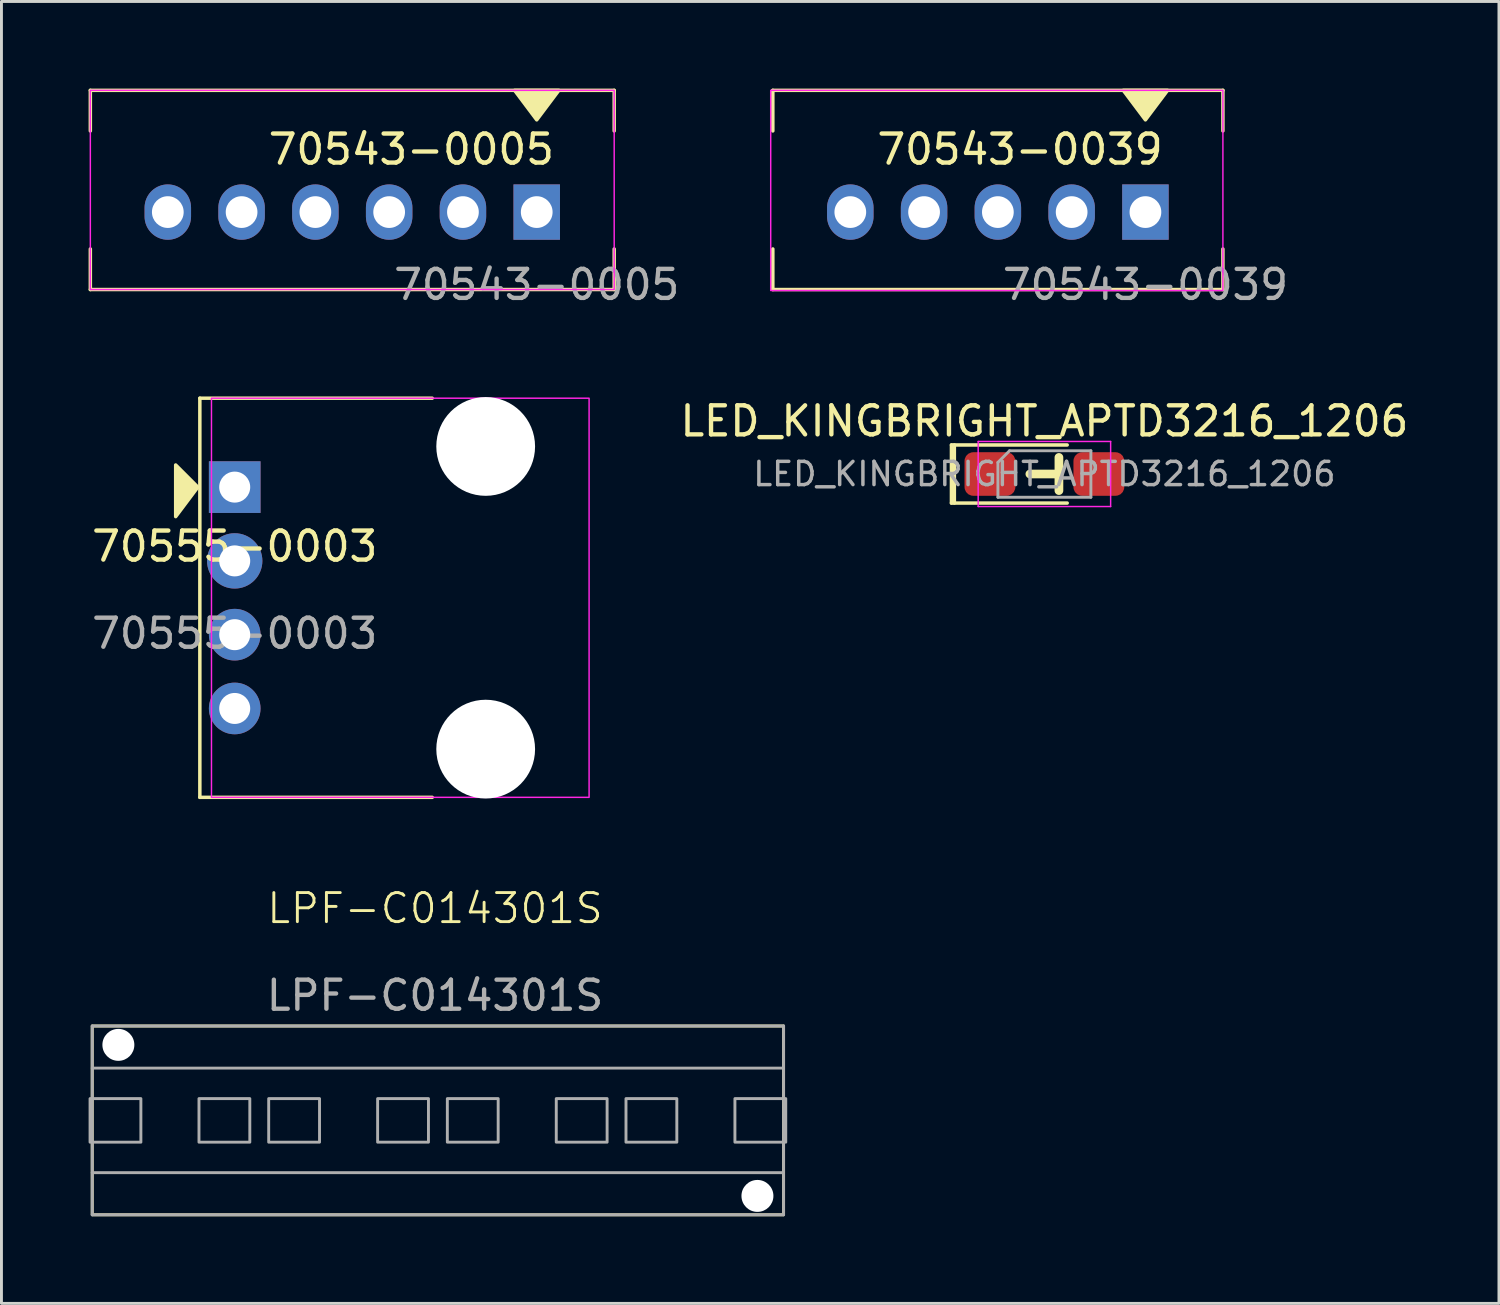
<source format=kicad_pcb>
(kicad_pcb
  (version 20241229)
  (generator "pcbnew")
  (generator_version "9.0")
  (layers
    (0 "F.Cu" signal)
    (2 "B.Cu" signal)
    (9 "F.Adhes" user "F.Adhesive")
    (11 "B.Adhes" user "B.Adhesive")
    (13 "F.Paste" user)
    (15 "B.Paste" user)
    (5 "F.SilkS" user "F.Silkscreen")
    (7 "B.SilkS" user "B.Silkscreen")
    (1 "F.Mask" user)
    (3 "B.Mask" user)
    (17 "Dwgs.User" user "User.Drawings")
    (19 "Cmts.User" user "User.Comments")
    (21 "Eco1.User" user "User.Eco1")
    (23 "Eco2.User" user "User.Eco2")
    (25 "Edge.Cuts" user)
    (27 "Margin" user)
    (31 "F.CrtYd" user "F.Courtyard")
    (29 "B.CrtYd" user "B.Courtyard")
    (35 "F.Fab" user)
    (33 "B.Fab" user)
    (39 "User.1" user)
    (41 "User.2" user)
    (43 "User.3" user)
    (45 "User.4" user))
  (footprint "LPF-C014301S"
    (layer "F.Cu")
    (at 12.025 35.52)
    (property "Reference" "LPF-C014301S" (at -0.1 -7.3 0) (unlocked yes) (layer "F.SilkS") (effects (font (size 1 1) (thickness 0.1))))
    (attr through_hole)
    (fp_rect (start -11.9 -3.25) (end 11.9 3.25) (stroke (width 0.1) (type default)) (fill no) (layer "F.SilkS"))
    (fp_line (start -11.9 -3.25) (end -11.9 3.25) (stroke (width 0.1) (type default)) (layer "F.Fab"))
    (fp_line (start -11.9 -3.25) (end 11.9 -3.25) (stroke (width 0.1) (type default)) (layer "F.Fab"))
    (fp_line (start -11.9 -1.8) (end 11.9 -1.8) (stroke (width 0.1) (type default)) (layer "F.Fab"))
    (fp_line (start -11.9 1.8) (end 11.9 1.8) (stroke (width 0.1) (type default)) (layer "F.Fab"))
    (fp_line (start -11.9 3.25) (end 11.9 3.25) (stroke (width 0.1) (type default)) (layer "F.Fab"))
    (fp_line (start 11.9 -3.25) (end 11.9 3.25) (stroke (width 0.1) (type default)) (layer "F.Fab"))
    (fp_rect (start -11.975 -0.75) (end -10.225 0.75) (stroke (width 0.1) (type default)) (fill no) (layer "F.Fab"))
    (fp_rect (start -8.225 -0.75) (end -6.475 0.75) (stroke (width 0.1) (type default)) (fill no) (layer "F.Fab"))
    (fp_rect (start -5.825 -0.75) (end -4.075 0.75) (stroke (width 0.1) (type default)) (fill no) (layer "F.Fab"))
    (fp_rect (start -2.075 -0.75) (end -0.325 0.75) (stroke (width 0.1) (type default)) (fill no) (layer "F.Fab"))
    (fp_rect (start 0.325 -0.75) (end 2.075 0.75) (stroke (width 0.1) (type default)) (fill no) (layer "F.Fab"))
    (fp_rect (start 4.075 -0.75) (end 5.825 0.75) (stroke (width 0.1) (type default)) (fill no) (layer "F.Fab"))
    (fp_rect (start 6.475 -0.75) (end 8.225 0.75) (stroke (width 0.1) (type default)) (fill no) (layer "F.Fab"))
    (fp_rect (start 10.225 -0.75) (end 11.975 0.75) (stroke (width 0.1) (type default)) (fill no) (layer "F.Fab"))
    (fp_text user "${REFERENCE}" (at -0.1 -4.3 0) (unlocked yes) (layer "F.Fab") (effects (font (size 1 1) (thickness 0.15))))
    (pad "" np_thru_hole circle (at -11 -2.6) (size 1.1 1.1) (drill 1.1) (layers "*.Cu" "*.Mask"))
    (pad "" np_thru_hole circle (at 11 2.6) (size 1.1 1.1) (drill 1.1) (layers "*.Cu" "*.Mask")))
  (footprint "LED_KINGBRIGHT_APTD3216_1206"
    (layer "F.Cu")
    (at 32.904 13.268)
    (property "Reference" "LED_KINGBRIGHT_APTD3216_1206" (at 0 -1.82 0) (layer "F.SilkS") (effects (font (size 1 1) (thickness 0.15))))
    (attr smd)
    (fp_line (start -3.2 -1) (end -3.2 1) (stroke (width 0.12) (type solid)) (layer "F.SilkS"))
    (fp_line (start -3.2 1) (end 0.785 1) (stroke (width 0.12) (type solid)) (layer "F.SilkS"))
    (fp_line (start -3.1 -1) (end -3.1 1) (stroke (width 0.12) (type solid)) (layer "F.SilkS"))
    (fp_line (start -0.5 0) (end 0.5 0) (stroke (width 0.3) (type solid)) (layer "F.SilkS"))
    (fp_line (start 0.5 0.571) (end 0.5 -0.571) (stroke (width 0.3) (type solid)) (layer "F.SilkS"))
    (fp_line (start 0.785 -1) (end -3.2 -1) (stroke (width 0.12) (type solid)) (layer "F.SilkS"))
    (fp_line (start -2.28 -1.12) (end 2.28 -1.12) (stroke (width 0.05) (type solid)) (layer "F.CrtYd"))
    (fp_line (start -2.28 1.12) (end -2.28 -1.12) (stroke (width 0.05) (type solid)) (layer "F.CrtYd"))
    (fp_line (start 2.28 -1.12) (end 2.28 1.12) (stroke (width 0.05) (type solid)) (layer "F.CrtYd"))
    (fp_line (start 2.28 1.12) (end -2.28 1.12) (stroke (width 0.05) (type solid)) (layer "F.CrtYd"))
    (fp_line (start -1.6 -0.4) (end -1.6 0.8) (stroke (width 0.1) (type solid)) (layer "F.Fab"))
    (fp_line (start -1.6 0.8) (end 1.6 0.8) (stroke (width 0.1) (type solid)) (layer "F.Fab"))
    (fp_line (start -1.2 -0.8) (end -1.6 -0.4) (stroke (width 0.1) (type solid)) (layer "F.Fab"))
    (fp_line (start 1.6 -0.8) (end -1.2 -0.8) (stroke (width 0.1) (type solid)) (layer "F.Fab"))
    (fp_line (start 1.6 0.8) (end 1.6 -0.8) (stroke (width 0.1) (type solid)) (layer "F.Fab"))
    (fp_text user "${REFERENCE}" (at 0 0 0) (layer "F.Fab") (effects (font (size 0.8 0.8) (thickness 0.12))))
    (pad "1" smd roundrect (at -1.875 0) (size 1.75 1.5) (layers "F.Cu" "F.Mask" "F.Paste") (roundrect_rratio 0.2))
    (pad "2" smd roundrect (at 1.875 0) (size 1.75 1.5) (layers "F.Cu" "F.Mask" "F.Paste") (roundrect_rratio 0.2)))
  (footprint "70543-0039"
    (layer "F.Cu")
    (at 36.382 4.251)
    (property "Reference" "70543-0039" (at -4.318 -2.159 0) (unlocked yes) (layer "F.SilkS") (effects (font (size 1 1) (thickness 0.15))))
    (attr through_hole)
    (fp_line (start -12.827 -4.191) (end 2.667 -4.191) (stroke (width 0.12) (type solid)) (layer "F.SilkS"))
    (fp_line (start -12.827 -2.794) (end -12.827 -4.191) (stroke (width 0.12) (type solid)) (layer "F.SilkS"))
    (fp_line (start -12.827 2.667) (end -12.827 1.27) (stroke (width 0.12) (type solid)) (layer "F.SilkS"))
    (fp_line (start -12.827 2.667) (end 2.667 2.667) (stroke (width 0.12) (type solid)) (layer "F.SilkS"))
    (fp_line (start 2.667 -2.794) (end 2.667 -4.191) (stroke (width 0.12) (type solid)) (layer "F.SilkS"))
    (fp_line (start 2.667 2.667) (end 2.667 1.27) (stroke (width 0.12) (type solid)) (layer "F.SilkS"))
    (fp_poly (pts (xy 0 -3.175) (xy -0.762 -4.191) (xy 0.762 -4.191)) (stroke (width 0.12) (type solid)) (fill yes) (layer "F.SilkS"))
    (fp_rect (start -12.9 -4.191) (end 2.667 2.7) (stroke (width 0.05) (type solid)) (fill no) (layer "F.CrtYd"))
    (fp_text user "${REFERENCE}" (at 0 2.5 0) (unlocked yes) (layer "F.Fab") (effects (font (size 1 1) (thickness 0.15))))
    (pad "1" thru_hole rect (at 0 0) (size 1.6 1.905) (drill 1.092) (layers "*.Cu" "*.Mask"))
    (pad "2" thru_hole oval (at -2.54 0) (size 1.6 1.905) (drill 1.092) (layers "*.Cu" "*.Mask"))
    (pad "3" thru_hole oval (at -5.08 0) (size 1.6 1.905) (drill 1.092) (layers "*.Cu" "*.Mask"))
    (pad "4" thru_hole oval (at -7.62 0) (size 1.6 1.905) (drill 1.092) (layers "*.Cu" "*.Mask"))
    (pad "5" thru_hole oval (at -10.16 0) (size 1.6 1.905) (drill 1.092) (layers "*.Cu" "*.Mask")))
  (footprint "70543-0005"
    (layer "F.Cu")
    (at 15.427 4.251)
    (property "Reference" "70543-0005" (at -4.318 -2.159 0) (unlocked yes) (layer "F.SilkS") (effects (font (size 1 1) (thickness 0.15))))
    (attr through_hole)
    (fp_line (start -15.367 -4.191) (end 2.667 -4.191) (stroke (width 0.12) (type solid)) (layer "F.SilkS"))
    (fp_line (start -15.367 -2.794) (end -15.367 -4.191) (stroke (width 0.12) (type solid)) (layer "F.SilkS"))
    (fp_line (start -15.367 2.667) (end -15.367 1.27) (stroke (width 0.12) (type solid)) (layer "F.SilkS"))
    (fp_line (start -15.367 2.667) (end 2.667 2.667) (stroke (width 0.12) (type solid)) (layer "F.SilkS"))
    (fp_line (start 2.667 -2.794) (end 2.667 -4.191) (stroke (width 0.12) (type solid)) (layer "F.SilkS"))
    (fp_line (start 2.667 2.667) (end 2.667 1.27) (stroke (width 0.12) (type solid)) (layer "F.SilkS"))
    (fp_poly (pts (xy 0 -3.175) (xy -0.762 -4.191) (xy 0.762 -4.191)) (stroke (width 0.12) (type solid)) (fill yes) (layer "F.SilkS"))
    (fp_rect (start -15.367 -4.191) (end 2.667 2.667) (stroke (width 0.05) (type solid)) (fill no) (layer "F.CrtYd"))
    (fp_text user "${REFERENCE}" (at 0 2.5 0) (unlocked yes) (layer "F.Fab") (effects (font (size 1 1) (thickness 0.15))))
    (pad "1" thru_hole rect (at 0 0) (size 1.6 1.905) (drill 1.092) (layers "*.Cu" "*.Mask"))
    (pad "2" thru_hole oval (at -2.54 0) (size 1.6 1.905) (drill 1.092) (layers "*.Cu" "*.Mask"))
    (pad "3" thru_hole oval (at -5.08 0) (size 1.6 1.905) (drill 1.092) (layers "*.Cu" "*.Mask"))
    (pad "4" thru_hole oval (at -7.62 0) (size 1.6 1.905) (drill 1.092) (layers "*.Cu" "*.Mask"))
    (pad "5" thru_hole oval (at -10.16 0) (size 1.6 1.905) (drill 1.092) (layers "*.Cu" "*.Mask"))
    (pad "6" thru_hole oval (at -12.7 0) (size 1.6 1.905) (drill 1.092) (layers "*.Cu" "*.Mask")))
  (footprint "70555-0003"
    (layer "F.Cu")
    (at 5.03 16.259)
    (property "Reference" "70555-0003" (at 0 -0.5 0) (unlocked yes) (layer "F.SilkS") (effects (font (size 1 1) (thickness 0.15))))
    (attr through_hole)
    (fp_line (start -1.2 -5.6) (end -1.2 8.14) (stroke (width 0.12) (type solid)) (layer "F.SilkS"))
    (fp_line (start -1.2 8.14) (end 6.8 8.14) (stroke (width 0.12) (type solid)) (layer "F.SilkS"))
    (fp_line (start 6.8 -5.6) (end -1.2 -5.6) (stroke (width 0.12) (type solid)) (layer "F.SilkS"))
    (fp_poly (pts (xy -1.27 -2.54) (xy -2.032 -1.524) (xy -2.032 -3.302)) (stroke (width 0.12) (type solid)) (fill yes) (layer "F.SilkS"))
    (fp_rect (start -0.8 -5.6) (end 12.2 8.14) (stroke (width 0.05) (type solid)) (fill no) (layer "F.CrtYd"))
    (fp_text user "${REFERENCE}" (at 0 2.5 0) (unlocked yes) (layer "F.Fab") (effects (font (size 1 1) (thickness 0.15))))
    (pad "" np_thru_hole circle (at 8.64 -3.94) (size 3.4 3.4) (drill 3.4) (layers "*.Cu" "*.Mask"))
    (pad "" np_thru_hole circle (at 8.64 6.48) (size 3.4 3.4) (drill 3.4) (layers "*.Cu" "*.Mask"))
    (pad "1" thru_hole rect (at 0 -2.54) (size 1.778 1.778) (drill 1.067) (layers "*.Cu" "*.Mask"))
    (pad "2" thru_hole circle (at 0 0) (size 1.905 1.905) (drill 1.067) (layers "*.Cu" "*.Mask"))
    (pad "3" thru_hole circle (at 0 2.54) (size 1.778 1.778) (drill 1.067) (layers "*.Cu" "*.Mask"))
    (pad "4" thru_hole circle (at 0 5.08) (size 1.778 1.778) (drill 1.067) (layers "*.Cu" "*.Mask")))
  (gr_rect
    (start -3 -3)
    (end 48.552 41.82)
    (stroke (width 0.1) (type default))
    (fill no)
    (layer "Edge.Cuts")))
</source>
